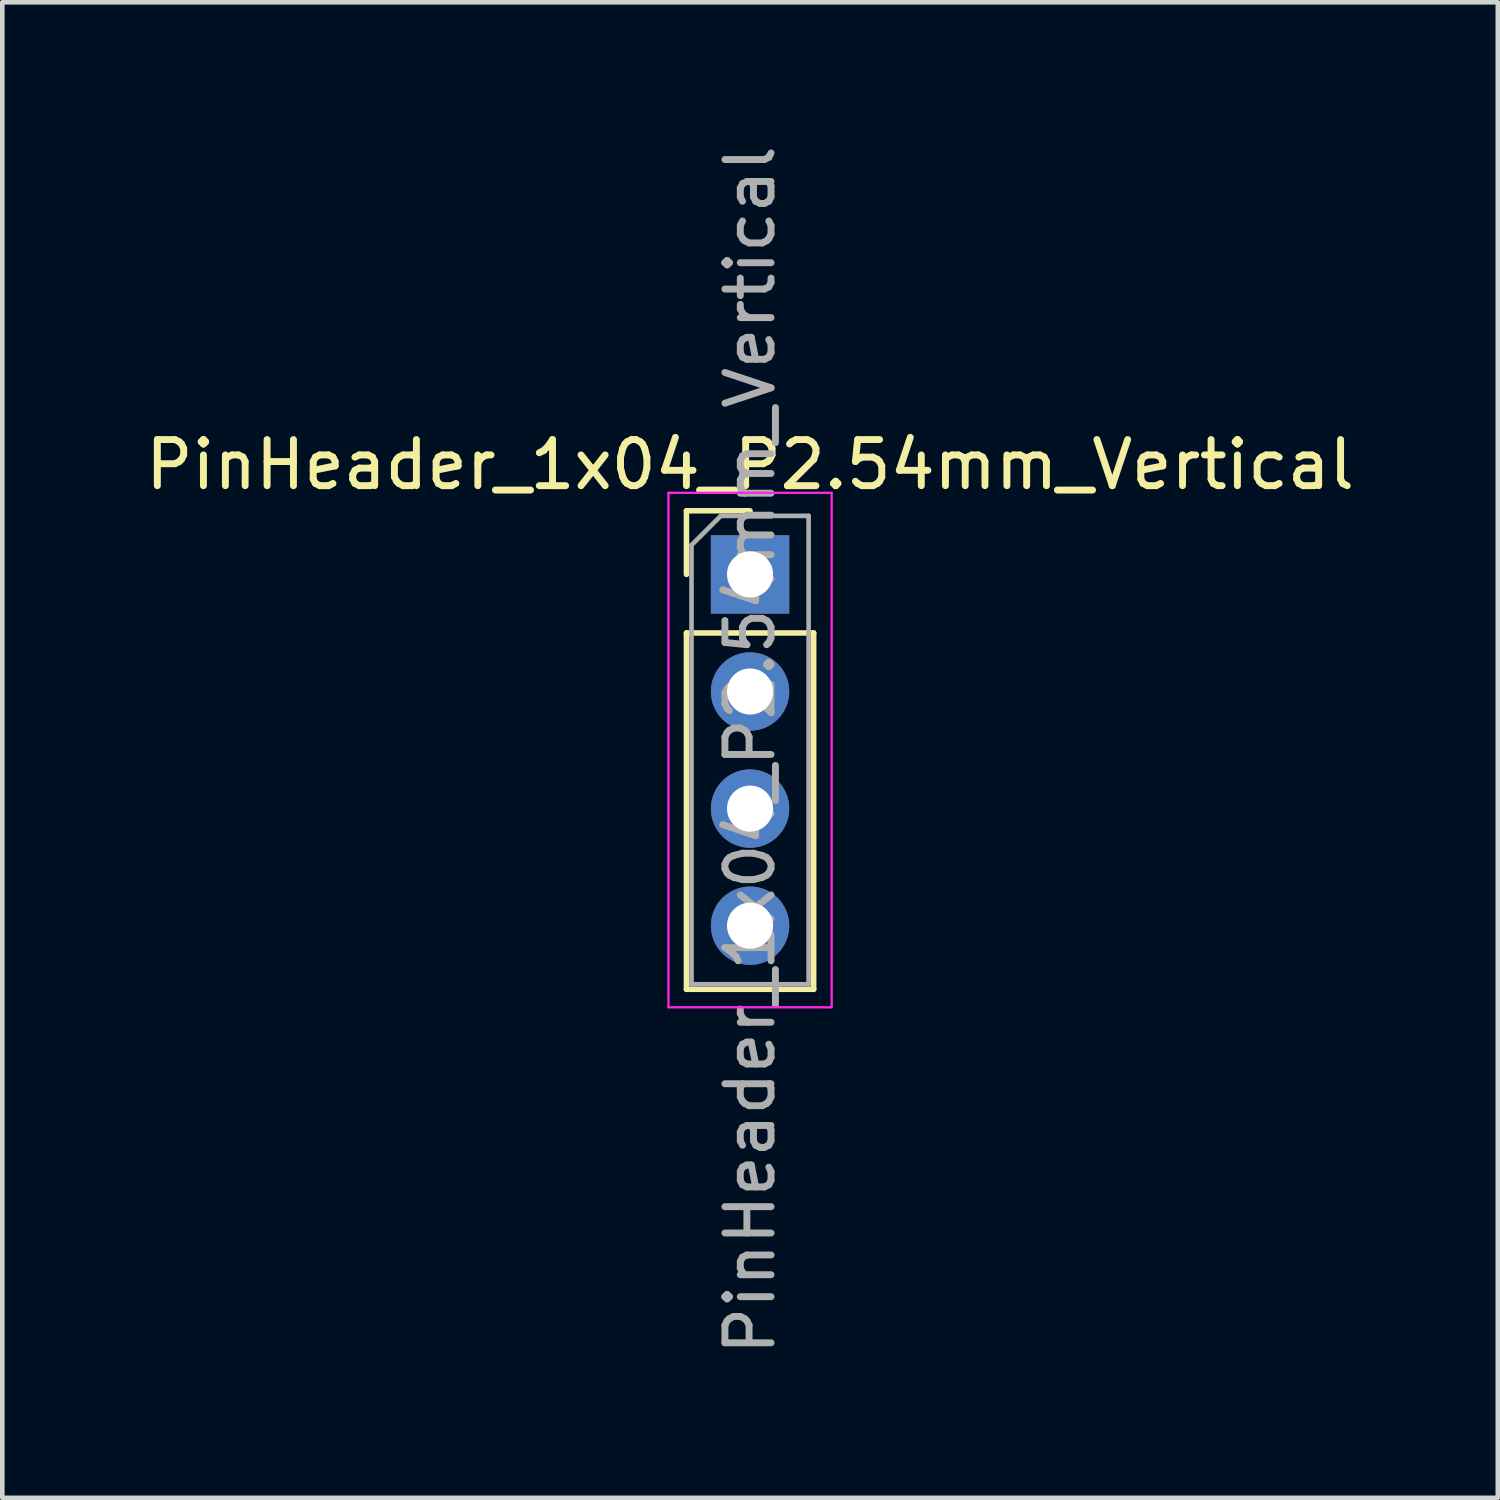
<source format=kicad_pcb>
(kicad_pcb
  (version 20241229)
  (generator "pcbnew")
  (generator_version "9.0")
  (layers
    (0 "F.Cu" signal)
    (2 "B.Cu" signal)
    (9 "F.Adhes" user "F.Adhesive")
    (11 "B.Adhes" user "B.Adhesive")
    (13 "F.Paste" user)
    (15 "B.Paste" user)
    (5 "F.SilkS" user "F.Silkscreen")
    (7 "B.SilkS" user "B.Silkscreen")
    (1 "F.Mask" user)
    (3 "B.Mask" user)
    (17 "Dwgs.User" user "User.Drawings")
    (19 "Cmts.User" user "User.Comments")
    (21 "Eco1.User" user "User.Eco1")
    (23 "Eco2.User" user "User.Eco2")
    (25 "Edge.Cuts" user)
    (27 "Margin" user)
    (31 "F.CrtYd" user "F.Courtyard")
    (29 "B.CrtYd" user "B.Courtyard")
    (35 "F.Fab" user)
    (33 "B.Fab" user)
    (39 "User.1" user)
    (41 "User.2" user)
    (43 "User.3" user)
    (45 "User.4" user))
  (footprint "PinHeader_1x04_P2.54mm_Vertical"
    (layer "F.Cu")
    (at 13.22 9.41)
    (property "Reference" "PinHeader_1x04_P2.54mm_Vertical" (at 0 -2.38 0) (layer "F.SilkS") (effects (font (size 1 1) (thickness 0.15))))
    (attr through_hole)
    (fp_line (start -1.38 -1.38) (end 0 -1.38) (stroke (width 0.12) (type solid)) (layer "F.SilkS"))
    (fp_line (start -1.38 0) (end -1.38 -1.38) (stroke (width 0.12) (type solid)) (layer "F.SilkS"))
    (fp_line (start -1.38 1.27) (end -1.38 9) (stroke (width 0.12) (type solid)) (layer "F.SilkS"))
    (fp_line (start -1.38 1.27) (end 1.38 1.27) (stroke (width 0.12) (type solid)) (layer "F.SilkS"))
    (fp_line (start -1.38 9) (end 1.38 9) (stroke (width 0.12) (type solid)) (layer "F.SilkS"))
    (fp_line (start 1.38 1.27) (end 1.38 9) (stroke (width 0.12) (type solid)) (layer "F.SilkS"))
    (fp_line (start -1.77 -1.77) (end -1.77 9.39) (stroke (width 0.05) (type solid)) (layer "F.CrtYd"))
    (fp_line (start -1.77 9.39) (end 1.77 9.39) (stroke (width 0.05) (type solid)) (layer "F.CrtYd"))
    (fp_line (start 1.77 -1.77) (end -1.77 -1.77) (stroke (width 0.05) (type solid)) (layer "F.CrtYd"))
    (fp_line (start 1.77 9.39) (end 1.77 -1.77) (stroke (width 0.05) (type solid)) (layer "F.CrtYd"))
    (fp_line (start -1.27 -0.635) (end -0.635 -1.27) (stroke (width 0.1) (type solid)) (layer "F.Fab"))
    (fp_line (start -1.27 8.89) (end -1.27 -0.635) (stroke (width 0.1) (type solid)) (layer "F.Fab"))
    (fp_line (start -0.635 -1.27) (end 1.27 -1.27) (stroke (width 0.1) (type solid)) (layer "F.Fab"))
    (fp_line (start 1.27 -1.27) (end 1.27 8.89) (stroke (width 0.1) (type solid)) (layer "F.Fab"))
    (fp_line (start 1.27 8.89) (end -1.27 8.89) (stroke (width 0.1) (type solid)) (layer "F.Fab"))
    (fp_text user "${REFERENCE}" (at 0 3.81 270) (layer "F.Fab") (effects (font (size 1 1) (thickness 0.15))))
    (pad "1" thru_hole rect (at 0 0) (size 1.7 1.7) (drill 1) (layers "*.Cu" "*.Mask"))
    (pad "2" thru_hole circle (at 0 2.54) (size 1.7 1.7) (drill 1) (layers "*.Cu" "*.Mask"))
    (pad "3" thru_hole circle (at 0 5.08) (size 1.7 1.7) (drill 1) (layers "*.Cu" "*.Mask"))
    (pad "4" thru_hole circle (at 0 7.62) (size 1.7 1.7) (drill 1) (layers "*.Cu" "*.Mask")))
  (gr_rect
    (start -3 -3)
    (end 29.44 29.44)
    (stroke (width 0.1) (type default))
    (fill no)
    (layer "Edge.Cuts")))
</source>
